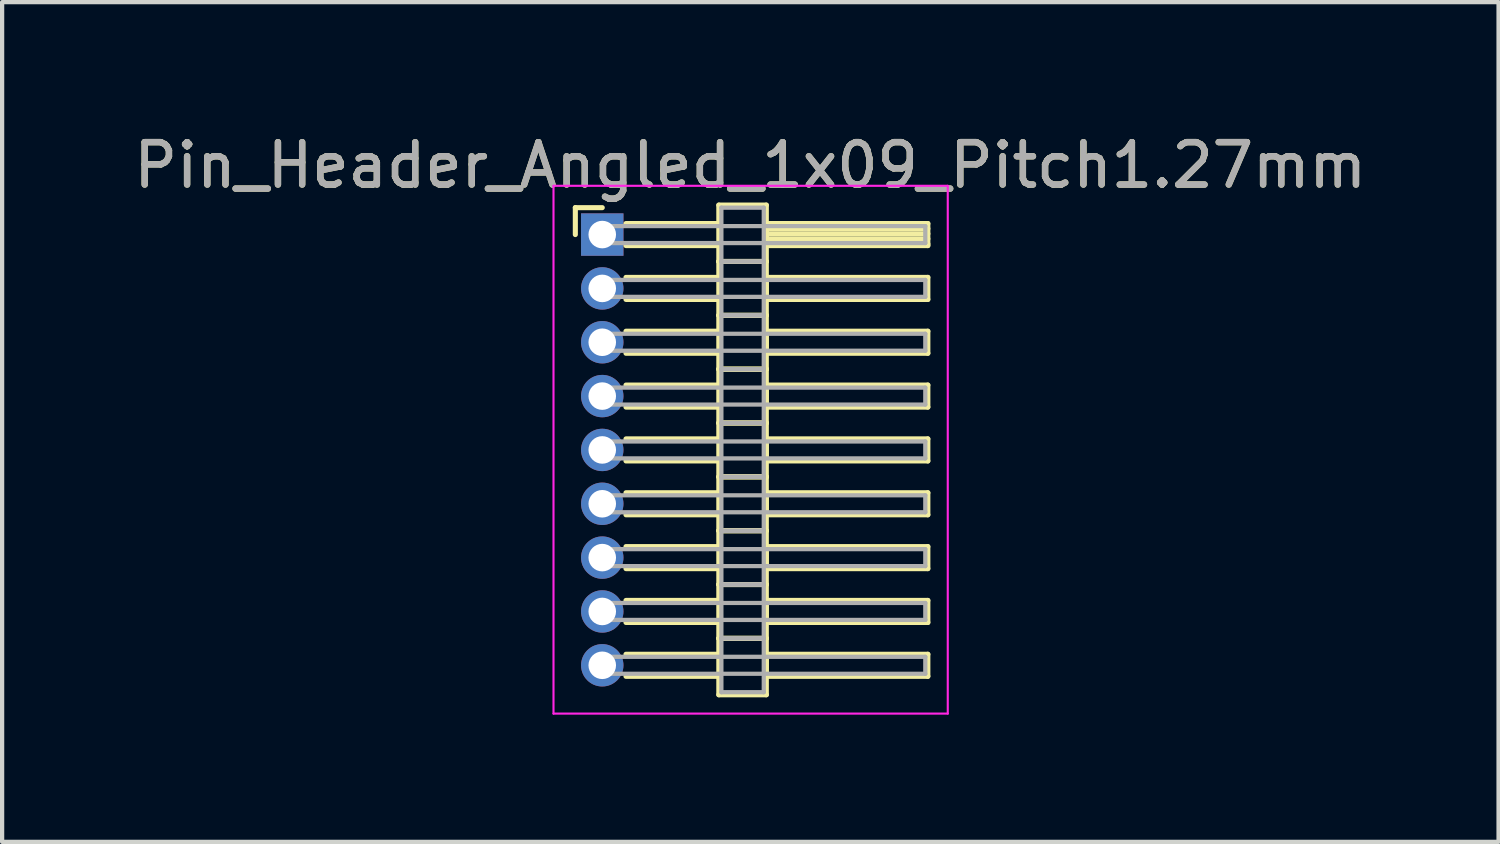
<source format=kicad_pcb>
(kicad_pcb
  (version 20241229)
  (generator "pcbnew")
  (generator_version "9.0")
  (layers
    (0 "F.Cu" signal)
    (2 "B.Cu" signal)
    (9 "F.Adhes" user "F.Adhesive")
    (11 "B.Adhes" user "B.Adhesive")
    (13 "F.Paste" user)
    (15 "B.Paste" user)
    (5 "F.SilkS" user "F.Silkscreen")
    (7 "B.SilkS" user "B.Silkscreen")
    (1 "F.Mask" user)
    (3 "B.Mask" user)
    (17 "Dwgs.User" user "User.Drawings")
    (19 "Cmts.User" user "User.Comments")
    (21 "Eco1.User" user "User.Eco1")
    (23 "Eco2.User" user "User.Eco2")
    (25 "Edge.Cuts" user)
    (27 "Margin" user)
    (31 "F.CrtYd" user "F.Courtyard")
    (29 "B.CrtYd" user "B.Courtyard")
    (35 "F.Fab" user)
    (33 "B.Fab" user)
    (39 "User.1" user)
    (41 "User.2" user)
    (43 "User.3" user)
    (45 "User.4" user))
  (footprint "Pin_Header_Angled_1x09_Pitch1.27mm"
    (layer "F.Cu")
    (at 11.156 2.483)
    (property "Reference" "Pin_Header_Angled_1x09_Pitch1.27mm" (at 3.493 -1.635 0) (layer "F.SilkS") (effects (font (size 1 1) (thickness 0.15))))
    (attr through_hole)
    (fp_line (start -0.635 -0.635) (end 0 -0.635) (stroke (width 0.12) (type solid)) (layer "F.SilkS"))
    (fp_line (start -0.635 0) (end -0.635 -0.635) (stroke (width 0.12) (type solid)) (layer "F.SilkS"))
    (fp_line (start 0.56 -0.26) (end 2.75 -0.26) (stroke (width 0.12) (type solid)) (layer "F.SilkS"))
    (fp_line (start 0.56 0.26) (end 2.75 0.26) (stroke (width 0.12) (type solid)) (layer "F.SilkS"))
    (fp_line (start 0.56 1.01) (end 2.75 1.01) (stroke (width 0.12) (type solid)) (layer "F.SilkS"))
    (fp_line (start 0.56 1.53) (end 2.75 1.53) (stroke (width 0.12) (type solid)) (layer "F.SilkS"))
    (fp_line (start 0.56 2.28) (end 2.75 2.28) (stroke (width 0.12) (type solid)) (layer "F.SilkS"))
    (fp_line (start 0.56 2.8) (end 2.75 2.8) (stroke (width 0.12) (type solid)) (layer "F.SilkS"))
    (fp_line (start 0.56 3.55) (end 2.75 3.55) (stroke (width 0.12) (type solid)) (layer "F.SilkS"))
    (fp_line (start 0.56 4.07) (end 2.75 4.07) (stroke (width 0.12) (type solid)) (layer "F.SilkS"))
    (fp_line (start 0.56 4.82) (end 2.75 4.82) (stroke (width 0.12) (type solid)) (layer "F.SilkS"))
    (fp_line (start 0.56 5.34) (end 2.75 5.34) (stroke (width 0.12) (type solid)) (layer "F.SilkS"))
    (fp_line (start 0.56 6.09) (end 2.75 6.09) (stroke (width 0.12) (type solid)) (layer "F.SilkS"))
    (fp_line (start 0.56 6.61) (end 2.75 6.61) (stroke (width 0.12) (type solid)) (layer "F.SilkS"))
    (fp_line (start 0.56 7.36) (end 2.75 7.36) (stroke (width 0.12) (type solid)) (layer "F.SilkS"))
    (fp_line (start 0.56 7.88) (end 2.75 7.88) (stroke (width 0.12) (type solid)) (layer "F.SilkS"))
    (fp_line (start 0.56 8.63) (end 2.75 8.63) (stroke (width 0.12) (type solid)) (layer "F.SilkS"))
    (fp_line (start 0.56 9.15) (end 2.75 9.15) (stroke (width 0.12) (type solid)) (layer "F.SilkS"))
    (fp_line (start 0.56 9.9) (end 2.75 9.9) (stroke (width 0.12) (type solid)) (layer "F.SilkS"))
    (fp_line (start 0.56 10.42) (end 2.75 10.42) (stroke (width 0.12) (type solid)) (layer "F.SilkS"))
    (fp_line (start 2.75 -0.695) (end 2.75 0.635) (stroke (width 0.12) (type solid)) (layer "F.SilkS"))
    (fp_line (start 2.75 0.635) (end 2.75 1.905) (stroke (width 0.12) (type solid)) (layer "F.SilkS"))
    (fp_line (start 2.75 0.635) (end 3.87 0.635) (stroke (width 0.12) (type solid)) (layer "F.SilkS"))
    (fp_line (start 2.75 1.905) (end 2.75 3.175) (stroke (width 0.12) (type solid)) (layer "F.SilkS"))
    (fp_line (start 2.75 1.905) (end 3.87 1.905) (stroke (width 0.12) (type solid)) (layer "F.SilkS"))
    (fp_line (start 2.75 3.175) (end 2.75 4.445) (stroke (width 0.12) (type solid)) (layer "F.SilkS"))
    (fp_line (start 2.75 3.175) (end 3.87 3.175) (stroke (width 0.12) (type solid)) (layer "F.SilkS"))
    (fp_line (start 2.75 4.445) (end 2.75 5.715) (stroke (width 0.12) (type solid)) (layer "F.SilkS"))
    (fp_line (start 2.75 4.445) (end 3.87 4.445) (stroke (width 0.12) (type solid)) (layer "F.SilkS"))
    (fp_line (start 2.75 5.715) (end 2.75 6.985) (stroke (width 0.12) (type solid)) (layer "F.SilkS"))
    (fp_line (start 2.75 5.715) (end 3.87 5.715) (stroke (width 0.12) (type solid)) (layer "F.SilkS"))
    (fp_line (start 2.75 6.985) (end 2.75 8.255) (stroke (width 0.12) (type solid)) (layer "F.SilkS"))
    (fp_line (start 2.75 6.985) (end 3.87 6.985) (stroke (width 0.12) (type solid)) (layer "F.SilkS"))
    (fp_line (start 2.75 8.255) (end 2.75 9.525) (stroke (width 0.12) (type solid)) (layer "F.SilkS"))
    (fp_line (start 2.75 8.255) (end 3.87 8.255) (stroke (width 0.12) (type solid)) (layer "F.SilkS"))
    (fp_line (start 2.75 9.525) (end 2.75 10.855) (stroke (width 0.12) (type solid)) (layer "F.SilkS"))
    (fp_line (start 2.75 9.525) (end 3.87 9.525) (stroke (width 0.12) (type solid)) (layer "F.SilkS"))
    (fp_line (start 2.75 10.855) (end 3.87 10.855) (stroke (width 0.12) (type solid)) (layer "F.SilkS"))
    (fp_line (start 3.87 -0.695) (end 2.75 -0.695) (stroke (width 0.12) (type solid)) (layer "F.SilkS"))
    (fp_line (start 3.87 -0.26) (end 3.87 0.26) (stroke (width 0.12) (type solid)) (layer "F.SilkS"))
    (fp_line (start 3.87 -0.14) (end 7.68 -0.14) (stroke (width 0.12) (type solid)) (layer "F.SilkS"))
    (fp_line (start 3.87 -0.02) (end 7.68 -0.02) (stroke (width 0.12) (type solid)) (layer "F.SilkS"))
    (fp_line (start 3.87 0.1) (end 7.68 0.1) (stroke (width 0.12) (type solid)) (layer "F.SilkS"))
    (fp_line (start 3.87 0.22) (end 7.68 0.22) (stroke (width 0.12) (type solid)) (layer "F.SilkS"))
    (fp_line (start 3.87 0.26) (end 7.68 0.26) (stroke (width 0.12) (type solid)) (layer "F.SilkS"))
    (fp_line (start 3.87 0.635) (end 2.75 0.635) (stroke (width 0.12) (type solid)) (layer "F.SilkS"))
    (fp_line (start 3.87 0.635) (end 3.87 -0.695) (stroke (width 0.12) (type solid)) (layer "F.SilkS"))
    (fp_line (start 3.87 1.01) (end 3.87 1.53) (stroke (width 0.12) (type solid)) (layer "F.SilkS"))
    (fp_line (start 3.87 1.53) (end 7.68 1.53) (stroke (width 0.12) (type solid)) (layer "F.SilkS"))
    (fp_line (start 3.87 1.905) (end 2.75 1.905) (stroke (width 0.12) (type solid)) (layer "F.SilkS"))
    (fp_line (start 3.87 1.905) (end 3.87 0.635) (stroke (width 0.12) (type solid)) (layer "F.SilkS"))
    (fp_line (start 3.87 2.28) (end 3.87 2.8) (stroke (width 0.12) (type solid)) (layer "F.SilkS"))
    (fp_line (start 3.87 2.8) (end 7.68 2.8) (stroke (width 0.12) (type solid)) (layer "F.SilkS"))
    (fp_line (start 3.87 3.175) (end 2.75 3.175) (stroke (width 0.12) (type solid)) (layer "F.SilkS"))
    (fp_line (start 3.87 3.175) (end 3.87 1.905) (stroke (width 0.12) (type solid)) (layer "F.SilkS"))
    (fp_line (start 3.87 3.55) (end 3.87 4.07) (stroke (width 0.12) (type solid)) (layer "F.SilkS"))
    (fp_line (start 3.87 4.07) (end 7.68 4.07) (stroke (width 0.12) (type solid)) (layer "F.SilkS"))
    (fp_line (start 3.87 4.445) (end 2.75 4.445) (stroke (width 0.12) (type solid)) (layer "F.SilkS"))
    (fp_line (start 3.87 4.445) (end 3.87 3.175) (stroke (width 0.12) (type solid)) (layer "F.SilkS"))
    (fp_line (start 3.87 4.82) (end 3.87 5.34) (stroke (width 0.12) (type solid)) (layer "F.SilkS"))
    (fp_line (start 3.87 5.34) (end 7.68 5.34) (stroke (width 0.12) (type solid)) (layer "F.SilkS"))
    (fp_line (start 3.87 5.715) (end 2.75 5.715) (stroke (width 0.12) (type solid)) (layer "F.SilkS"))
    (fp_line (start 3.87 5.715) (end 3.87 4.445) (stroke (width 0.12) (type solid)) (layer "F.SilkS"))
    (fp_line (start 3.87 6.09) (end 3.87 6.61) (stroke (width 0.12) (type solid)) (layer "F.SilkS"))
    (fp_line (start 3.87 6.61) (end 7.68 6.61) (stroke (width 0.12) (type solid)) (layer "F.SilkS"))
    (fp_line (start 3.87 6.985) (end 2.75 6.985) (stroke (width 0.12) (type solid)) (layer "F.SilkS"))
    (fp_line (start 3.87 6.985) (end 3.87 5.715) (stroke (width 0.12) (type solid)) (layer "F.SilkS"))
    (fp_line (start 3.87 7.36) (end 3.87 7.88) (stroke (width 0.12) (type solid)) (layer "F.SilkS"))
    (fp_line (start 3.87 7.88) (end 7.68 7.88) (stroke (width 0.12) (type solid)) (layer "F.SilkS"))
    (fp_line (start 3.87 8.255) (end 2.75 8.255) (stroke (width 0.12) (type solid)) (layer "F.SilkS"))
    (fp_line (start 3.87 8.255) (end 3.87 6.985) (stroke (width 0.12) (type solid)) (layer "F.SilkS"))
    (fp_line (start 3.87 8.63) (end 3.87 9.15) (stroke (width 0.12) (type solid)) (layer "F.SilkS"))
    (fp_line (start 3.87 9.15) (end 7.68 9.15) (stroke (width 0.12) (type solid)) (layer "F.SilkS"))
    (fp_line (start 3.87 9.525) (end 2.75 9.525) (stroke (width 0.12) (type solid)) (layer "F.SilkS"))
    (fp_line (start 3.87 9.525) (end 3.87 8.255) (stroke (width 0.12) (type solid)) (layer "F.SilkS"))
    (fp_line (start 3.87 9.9) (end 3.87 10.42) (stroke (width 0.12) (type solid)) (layer "F.SilkS"))
    (fp_line (start 3.87 10.42) (end 7.68 10.42) (stroke (width 0.12) (type solid)) (layer "F.SilkS"))
    (fp_line (start 3.87 10.855) (end 3.87 9.525) (stroke (width 0.12) (type solid)) (layer "F.SilkS"))
    (fp_line (start 7.68 -0.26) (end 3.87 -0.26) (stroke (width 0.12) (type solid)) (layer "F.SilkS"))
    (fp_line (start 7.68 0.26) (end 7.68 -0.26) (stroke (width 0.12) (type solid)) (layer "F.SilkS"))
    (fp_line (start 7.68 1.01) (end 3.87 1.01) (stroke (width 0.12) (type solid)) (layer "F.SilkS"))
    (fp_line (start 7.68 1.53) (end 7.68 1.01) (stroke (width 0.12) (type solid)) (layer "F.SilkS"))
    (fp_line (start 7.68 2.28) (end 3.87 2.28) (stroke (width 0.12) (type solid)) (layer "F.SilkS"))
    (fp_line (start 7.68 2.8) (end 7.68 2.28) (stroke (width 0.12) (type solid)) (layer "F.SilkS"))
    (fp_line (start 7.68 3.55) (end 3.87 3.55) (stroke (width 0.12) (type solid)) (layer "F.SilkS"))
    (fp_line (start 7.68 4.07) (end 7.68 3.55) (stroke (width 0.12) (type solid)) (layer "F.SilkS"))
    (fp_line (start 7.68 4.82) (end 3.87 4.82) (stroke (width 0.12) (type solid)) (layer "F.SilkS"))
    (fp_line (start 7.68 5.34) (end 7.68 4.82) (stroke (width 0.12) (type solid)) (layer "F.SilkS"))
    (fp_line (start 7.68 6.09) (end 3.87 6.09) (stroke (width 0.12) (type solid)) (layer "F.SilkS"))
    (fp_line (start 7.68 6.61) (end 7.68 6.09) (stroke (width 0.12) (type solid)) (layer "F.SilkS"))
    (fp_line (start 7.68 7.36) (end 3.87 7.36) (stroke (width 0.12) (type solid)) (layer "F.SilkS"))
    (fp_line (start 7.68 7.88) (end 7.68 7.36) (stroke (width 0.12) (type solid)) (layer "F.SilkS"))
    (fp_line (start 7.68 8.63) (end 3.87 8.63) (stroke (width 0.12) (type solid)) (layer "F.SilkS"))
    (fp_line (start 7.68 9.15) (end 7.68 8.63) (stroke (width 0.12) (type solid)) (layer "F.SilkS"))
    (fp_line (start 7.68 9.9) (end 3.87 9.9) (stroke (width 0.12) (type solid)) (layer "F.SilkS"))
    (fp_line (start 7.68 10.42) (end 7.68 9.9) (stroke (width 0.12) (type solid)) (layer "F.SilkS"))
    (fp_line (start -1.15 -1.15) (end -1.15 11.3) (stroke (width 0.05) (type solid)) (layer "F.CrtYd"))
    (fp_line (start -1.15 11.3) (end 8.15 11.3) (stroke (width 0.05) (type solid)) (layer "F.CrtYd"))
    (fp_line (start 8.15 -1.15) (end -1.15 -1.15) (stroke (width 0.05) (type solid)) (layer "F.CrtYd"))
    (fp_line (start 8.15 11.3) (end 8.15 -1.15) (stroke (width 0.05) (type solid)) (layer "F.CrtYd"))
    (fp_line (start 0 -0.2) (end 0 0.2) (stroke (width 0.1) (type solid)) (layer "F.Fab"))
    (fp_line (start 0 0.2) (end 7.62 0.2) (stroke (width 0.1) (type solid)) (layer "F.Fab"))
    (fp_line (start 0 1.07) (end 0 1.47) (stroke (width 0.1) (type solid)) (layer "F.Fab"))
    (fp_line (start 0 1.47) (end 7.62 1.47) (stroke (width 0.1) (type solid)) (layer "F.Fab"))
    (fp_line (start 0 2.34) (end 0 2.74) (stroke (width 0.1) (type solid)) (layer "F.Fab"))
    (fp_line (start 0 2.74) (end 7.62 2.74) (stroke (width 0.1) (type solid)) (layer "F.Fab"))
    (fp_line (start 0 3.61) (end 0 4.01) (stroke (width 0.1) (type solid)) (layer "F.Fab"))
    (fp_line (start 0 4.01) (end 7.62 4.01) (stroke (width 0.1) (type solid)) (layer "F.Fab"))
    (fp_line (start 0 4.88) (end 0 5.28) (stroke (width 0.1) (type solid)) (layer "F.Fab"))
    (fp_line (start 0 5.28) (end 7.62 5.28) (stroke (width 0.1) (type solid)) (layer "F.Fab"))
    (fp_line (start 0 6.15) (end 0 6.55) (stroke (width 0.1) (type solid)) (layer "F.Fab"))
    (fp_line (start 0 6.55) (end 7.62 6.55) (stroke (width 0.1) (type solid)) (layer "F.Fab"))
    (fp_line (start 0 7.42) (end 0 7.82) (stroke (width 0.1) (type solid)) (layer "F.Fab"))
    (fp_line (start 0 7.82) (end 7.62 7.82) (stroke (width 0.1) (type solid)) (layer "F.Fab"))
    (fp_line (start 0 8.69) (end 0 9.09) (stroke (width 0.1) (type solid)) (layer "F.Fab"))
    (fp_line (start 0 9.09) (end 7.62 9.09) (stroke (width 0.1) (type solid)) (layer "F.Fab"))
    (fp_line (start 0 9.96) (end 0 10.36) (stroke (width 0.1) (type solid)) (layer "F.Fab"))
    (fp_line (start 0 10.36) (end 7.62 10.36) (stroke (width 0.1) (type solid)) (layer "F.Fab"))
    (fp_line (start 2.81 -0.635) (end 2.81 0.635) (stroke (width 0.1) (type solid)) (layer "F.Fab"))
    (fp_line (start 2.81 0.635) (end 2.81 1.905) (stroke (width 0.1) (type solid)) (layer "F.Fab"))
    (fp_line (start 2.81 0.635) (end 3.81 0.635) (stroke (width 0.1) (type solid)) (layer "F.Fab"))
    (fp_line (start 2.81 1.905) (end 2.81 3.175) (stroke (width 0.1) (type solid)) (layer "F.Fab"))
    (fp_line (start 2.81 1.905) (end 3.81 1.905) (stroke (width 0.1) (type solid)) (layer "F.Fab"))
    (fp_line (start 2.81 3.175) (end 2.81 4.445) (stroke (width 0.1) (type solid)) (layer "F.Fab"))
    (fp_line (start 2.81 3.175) (end 3.81 3.175) (stroke (width 0.1) (type solid)) (layer "F.Fab"))
    (fp_line (start 2.81 4.445) (end 2.81 5.715) (stroke (width 0.1) (type solid)) (layer "F.Fab"))
    (fp_line (start 2.81 4.445) (end 3.81 4.445) (stroke (width 0.1) (type solid)) (layer "F.Fab"))
    (fp_line (start 2.81 5.715) (end 2.81 6.985) (stroke (width 0.1) (type solid)) (layer "F.Fab"))
    (fp_line (start 2.81 5.715) (end 3.81 5.715) (stroke (width 0.1) (type solid)) (layer "F.Fab"))
    (fp_line (start 2.81 6.985) (end 2.81 8.255) (stroke (width 0.1) (type solid)) (layer "F.Fab"))
    (fp_line (start 2.81 6.985) (end 3.81 6.985) (stroke (width 0.1) (type solid)) (layer "F.Fab"))
    (fp_line (start 2.81 8.255) (end 2.81 9.525) (stroke (width 0.1) (type solid)) (layer "F.Fab"))
    (fp_line (start 2.81 8.255) (end 3.81 8.255) (stroke (width 0.1) (type solid)) (layer "F.Fab"))
    (fp_line (start 2.81 9.525) (end 2.81 10.795) (stroke (width 0.1) (type solid)) (layer "F.Fab"))
    (fp_line (start 2.81 9.525) (end 3.81 9.525) (stroke (width 0.1) (type solid)) (layer "F.Fab"))
    (fp_line (start 2.81 10.795) (end 3.81 10.795) (stroke (width 0.1) (type solid)) (layer "F.Fab"))
    (fp_line (start 3.81 -0.635) (end 2.81 -0.635) (stroke (width 0.1) (type solid)) (layer "F.Fab"))
    (fp_line (start 3.81 0.635) (end 2.81 0.635) (stroke (width 0.1) (type solid)) (layer "F.Fab"))
    (fp_line (start 3.81 0.635) (end 3.81 -0.635) (stroke (width 0.1) (type solid)) (layer "F.Fab"))
    (fp_line (start 3.81 1.905) (end 2.81 1.905) (stroke (width 0.1) (type solid)) (layer "F.Fab"))
    (fp_line (start 3.81 1.905) (end 3.81 0.635) (stroke (width 0.1) (type solid)) (layer "F.Fab"))
    (fp_line (start 3.81 3.175) (end 2.81 3.175) (stroke (width 0.1) (type solid)) (layer "F.Fab"))
    (fp_line (start 3.81 3.175) (end 3.81 1.905) (stroke (width 0.1) (type solid)) (layer "F.Fab"))
    (fp_line (start 3.81 4.445) (end 2.81 4.445) (stroke (width 0.1) (type solid)) (layer "F.Fab"))
    (fp_line (start 3.81 4.445) (end 3.81 3.175) (stroke (width 0.1) (type solid)) (layer "F.Fab"))
    (fp_line (start 3.81 5.715) (end 2.81 5.715) (stroke (width 0.1) (type solid)) (layer "F.Fab"))
    (fp_line (start 3.81 5.715) (end 3.81 4.445) (stroke (width 0.1) (type solid)) (layer "F.Fab"))
    (fp_line (start 3.81 6.985) (end 2.81 6.985) (stroke (width 0.1) (type solid)) (layer "F.Fab"))
    (fp_line (start 3.81 6.985) (end 3.81 5.715) (stroke (width 0.1) (type solid)) (layer "F.Fab"))
    (fp_line (start 3.81 8.255) (end 2.81 8.255) (stroke (width 0.1) (type solid)) (layer "F.Fab"))
    (fp_line (start 3.81 8.255) (end 3.81 6.985) (stroke (width 0.1) (type solid)) (layer "F.Fab"))
    (fp_line (start 3.81 9.525) (end 2.81 9.525) (stroke (width 0.1) (type solid)) (layer "F.Fab"))
    (fp_line (start 3.81 9.525) (end 3.81 8.255) (stroke (width 0.1) (type solid)) (layer "F.Fab"))
    (fp_line (start 3.81 10.795) (end 3.81 9.525) (stroke (width 0.1) (type solid)) (layer "F.Fab"))
    (fp_line (start 7.62 -0.2) (end 0 -0.2) (stroke (width 0.1) (type solid)) (layer "F.Fab"))
    (fp_line (start 7.62 0.2) (end 7.62 -0.2) (stroke (width 0.1) (type solid)) (layer "F.Fab"))
    (fp_line (start 7.62 1.07) (end 0 1.07) (stroke (width 0.1) (type solid)) (layer "F.Fab"))
    (fp_line (start 7.62 1.47) (end 7.62 1.07) (stroke (width 0.1) (type solid)) (layer "F.Fab"))
    (fp_line (start 7.62 2.34) (end 0 2.34) (stroke (width 0.1) (type solid)) (layer "F.Fab"))
    (fp_line (start 7.62 2.74) (end 7.62 2.34) (stroke (width 0.1) (type solid)) (layer "F.Fab"))
    (fp_line (start 7.62 3.61) (end 0 3.61) (stroke (width 0.1) (type solid)) (layer "F.Fab"))
    (fp_line (start 7.62 4.01) (end 7.62 3.61) (stroke (width 0.1) (type solid)) (layer "F.Fab"))
    (fp_line (start 7.62 4.88) (end 0 4.88) (stroke (width 0.1) (type solid)) (layer "F.Fab"))
    (fp_line (start 7.62 5.28) (end 7.62 4.88) (stroke (width 0.1) (type solid)) (layer "F.Fab"))
    (fp_line (start 7.62 6.15) (end 0 6.15) (stroke (width 0.1) (type solid)) (layer "F.Fab"))
    (fp_line (start 7.62 6.55) (end 7.62 6.15) (stroke (width 0.1) (type solid)) (layer "F.Fab"))
    (fp_line (start 7.62 7.42) (end 0 7.42) (stroke (width 0.1) (type solid)) (layer "F.Fab"))
    (fp_line (start 7.62 7.82) (end 7.62 7.42) (stroke (width 0.1) (type solid)) (layer "F.Fab"))
    (fp_line (start 7.62 8.69) (end 0 8.69) (stroke (width 0.1) (type solid)) (layer "F.Fab"))
    (fp_line (start 7.62 9.09) (end 7.62 8.69) (stroke (width 0.1) (type solid)) (layer "F.Fab"))
    (fp_line (start 7.62 9.96) (end 0 9.96) (stroke (width 0.1) (type solid)) (layer "F.Fab"))
    (fp_line (start 7.62 10.36) (end 7.62 9.96) (stroke (width 0.1) (type solid)) (layer "F.Fab"))
    (fp_text user "${REFERENCE}" (at 3.493 -1.635 0) (layer "F.Fab") (effects (font (size 1 1) (thickness 0.15))))
    (pad "1" thru_hole rect (at 0 0) (size 1 1) (drill 0.65) (layers "*.Cu" "*.Mask"))
    (pad "2" thru_hole oval (at 0 1.27) (size 1 1) (drill 0.65) (layers "*.Cu" "*.Mask"))
    (pad "3" thru_hole oval (at 0 2.54) (size 1 1) (drill 0.65) (layers "*.Cu" "*.Mask"))
    (pad "4" thru_hole oval (at 0 3.81) (size 1 1) (drill 0.65) (layers "*.Cu" "*.Mask"))
    (pad "5" thru_hole oval (at 0 5.08) (size 1 1) (drill 0.65) (layers "*.Cu" "*.Mask"))
    (pad "6" thru_hole oval (at 0 6.35) (size 1 1) (drill 0.65) (layers "*.Cu" "*.Mask"))
    (pad "7" thru_hole oval (at 0 7.62) (size 1 1) (drill 0.65) (layers "*.Cu" "*.Mask"))
    (pad "8" thru_hole oval (at 0 8.89) (size 1 1) (drill 0.65) (layers "*.Cu" "*.Mask"))
    (pad "9" thru_hole oval (at 0 10.16) (size 1 1) (drill 0.65) (layers "*.Cu" "*.Mask")))
  (gr_rect
    (start -3 -3)
    (end 32.298 16.808)
    (stroke (width 0.1) (type default))
    (fill no)
    (layer "Edge.Cuts")))
</source>
